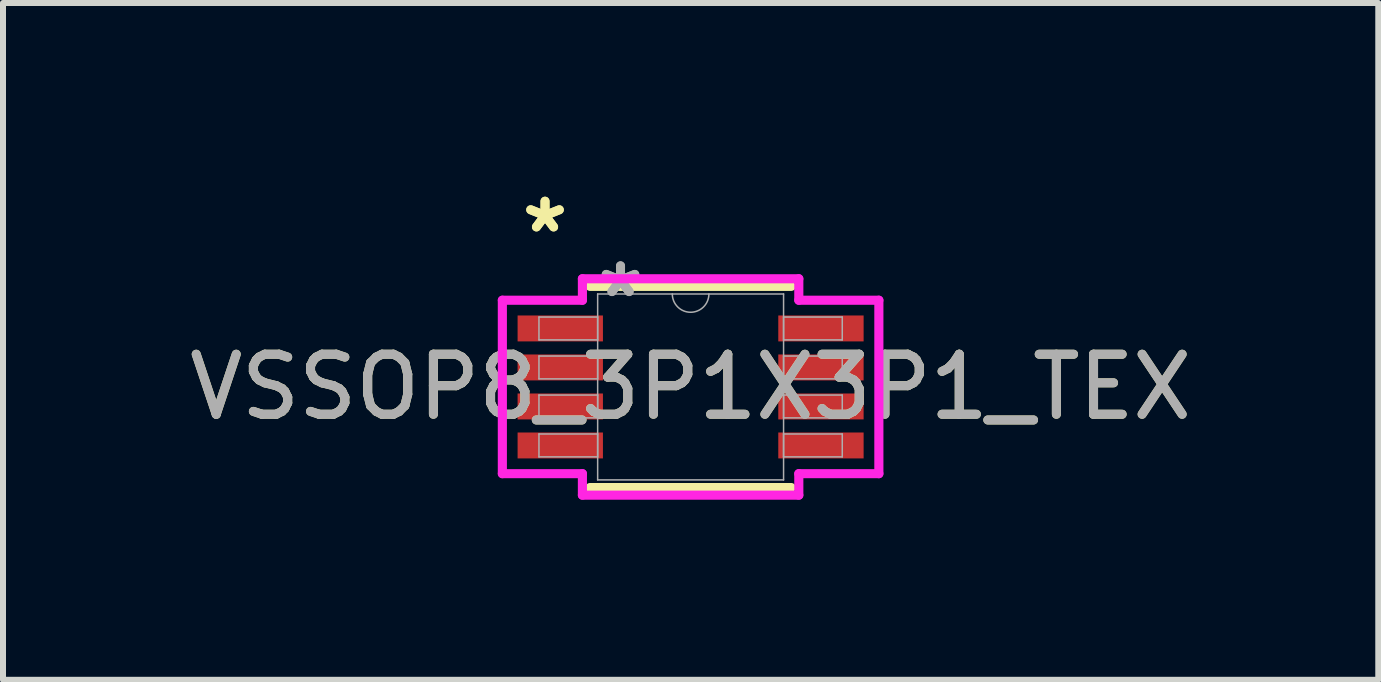
<source format=kicad_pcb>
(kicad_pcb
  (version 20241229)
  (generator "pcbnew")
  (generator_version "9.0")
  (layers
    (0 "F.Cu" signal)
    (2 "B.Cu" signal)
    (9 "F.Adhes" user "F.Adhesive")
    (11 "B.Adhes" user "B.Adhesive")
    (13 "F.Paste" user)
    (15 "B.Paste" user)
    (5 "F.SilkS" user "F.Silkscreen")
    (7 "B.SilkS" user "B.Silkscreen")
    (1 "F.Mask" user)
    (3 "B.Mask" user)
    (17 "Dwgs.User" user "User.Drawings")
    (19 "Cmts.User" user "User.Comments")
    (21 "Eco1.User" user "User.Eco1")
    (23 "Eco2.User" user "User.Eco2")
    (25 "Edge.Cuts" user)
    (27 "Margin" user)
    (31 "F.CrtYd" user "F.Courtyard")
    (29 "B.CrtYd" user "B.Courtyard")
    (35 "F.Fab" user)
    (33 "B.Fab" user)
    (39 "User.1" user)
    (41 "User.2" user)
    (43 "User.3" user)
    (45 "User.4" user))
  (footprint "VSSOP8_3P1X3P1_TEX"
    (layer "F.Cu")
    (at 8.458 3.398)
    (property "Reference" "VSSOP8_3P1X3P1_TEX" (at 0 0 0) (unlocked yes) (layer "F.SilkS") (effects (font (size 1 1) (thickness 0.15))))
    (attr smd)
    (fp_line (start -1.676 1.676) (end 1.676 1.676) (stroke (width 0.152) (type solid)) (layer "F.SilkS"))
    (fp_line (start 1.676 -1.676) (end -1.676 -1.676) (stroke (width 0.152) (type solid)) (layer "F.SilkS"))
    (fp_line (start -3.137 -1.445) (end -1.803 -1.445) (stroke (width 0.152) (type solid)) (layer "F.CrtYd"))
    (fp_line (start -3.137 1.445) (end -3.137 -1.445) (stroke (width 0.152) (type solid)) (layer "F.CrtYd"))
    (fp_line (start -3.137 1.445) (end -1.803 1.445) (stroke (width 0.152) (type solid)) (layer "F.CrtYd"))
    (fp_line (start -1.803 -1.803) (end 1.803 -1.803) (stroke (width 0.152) (type solid)) (layer "F.CrtYd"))
    (fp_line (start -1.803 -1.445) (end -1.803 -1.803) (stroke (width 0.152) (type solid)) (layer "F.CrtYd"))
    (fp_line (start -1.803 1.803) (end -1.803 1.445) (stroke (width 0.152) (type solid)) (layer "F.CrtYd"))
    (fp_line (start 1.803 -1.803) (end 1.803 -1.445) (stroke (width 0.152) (type solid)) (layer "F.CrtYd"))
    (fp_line (start 1.803 1.445) (end 1.803 1.803) (stroke (width 0.152) (type solid)) (layer "F.CrtYd"))
    (fp_line (start 1.803 1.803) (end -1.803 1.803) (stroke (width 0.152) (type solid)) (layer "F.CrtYd"))
    (fp_line (start 3.137 -1.445) (end 1.803 -1.445) (stroke (width 0.152) (type solid)) (layer "F.CrtYd"))
    (fp_line (start 3.137 -1.445) (end 3.137 1.445) (stroke (width 0.152) (type solid)) (layer "F.CrtYd"))
    (fp_line (start 3.137 1.445) (end 1.803 1.445) (stroke (width 0.152) (type solid)) (layer "F.CrtYd"))
    (fp_line (start -2.527 -1.165) (end -2.527 -0.784) (stroke (width 0.025) (type solid)) (layer "F.Fab"))
    (fp_line (start -2.527 -0.784) (end -1.549 -0.784) (stroke (width 0.025) (type solid)) (layer "F.Fab"))
    (fp_line (start -2.527 -0.515) (end -2.527 -0.135) (stroke (width 0.025) (type solid)) (layer "F.Fab"))
    (fp_line (start -2.527 -0.135) (end -1.549 -0.135) (stroke (width 0.025) (type solid)) (layer "F.Fab"))
    (fp_line (start -2.527 0.135) (end -2.527 0.515) (stroke (width 0.025) (type solid)) (layer "F.Fab"))
    (fp_line (start -2.527 0.515) (end -1.549 0.515) (stroke (width 0.025) (type solid)) (layer "F.Fab"))
    (fp_line (start -2.527 0.784) (end -2.527 1.165) (stroke (width 0.025) (type solid)) (layer "F.Fab"))
    (fp_line (start -2.527 1.165) (end -1.549 1.165) (stroke (width 0.025) (type solid)) (layer "F.Fab"))
    (fp_line (start -1.549 -1.549) (end -1.549 1.549) (stroke (width 0.025) (type solid)) (layer "F.Fab"))
    (fp_line (start -1.549 -1.165) (end -2.527 -1.165) (stroke (width 0.025) (type solid)) (layer "F.Fab"))
    (fp_line (start -1.549 -0.784) (end -1.549 -1.165) (stroke (width 0.025) (type solid)) (layer "F.Fab"))
    (fp_line (start -1.549 -0.515) (end -2.527 -0.515) (stroke (width 0.025) (type solid)) (layer "F.Fab"))
    (fp_line (start -1.549 -0.135) (end -1.549 -0.515) (stroke (width 0.025) (type solid)) (layer "F.Fab"))
    (fp_line (start -1.549 0.135) (end -2.527 0.135) (stroke (width 0.025) (type solid)) (layer "F.Fab"))
    (fp_line (start -1.549 0.515) (end -1.549 0.135) (stroke (width 0.025) (type solid)) (layer "F.Fab"))
    (fp_line (start -1.549 0.784) (end -2.527 0.784) (stroke (width 0.025) (type solid)) (layer "F.Fab"))
    (fp_line (start -1.549 1.165) (end -1.549 0.784) (stroke (width 0.025) (type solid)) (layer "F.Fab"))
    (fp_line (start -1.549 1.549) (end 1.549 1.549) (stroke (width 0.025) (type solid)) (layer "F.Fab"))
    (fp_line (start 1.549 -1.549) (end -1.549 -1.549) (stroke (width 0.025) (type solid)) (layer "F.Fab"))
    (fp_line (start 1.549 -1.165) (end 1.549 -0.784) (stroke (width 0.025) (type solid)) (layer "F.Fab"))
    (fp_line (start 1.549 -0.784) (end 2.527 -0.784) (stroke (width 0.025) (type solid)) (layer "F.Fab"))
    (fp_line (start 1.549 -0.515) (end 1.549 -0.135) (stroke (width 0.025) (type solid)) (layer "F.Fab"))
    (fp_line (start 1.549 -0.135) (end 2.527 -0.135) (stroke (width 0.025) (type solid)) (layer "F.Fab"))
    (fp_line (start 1.549 0.135) (end 1.549 0.515) (stroke (width 0.025) (type solid)) (layer "F.Fab"))
    (fp_line (start 1.549 0.515) (end 2.527 0.515) (stroke (width 0.025) (type solid)) (layer "F.Fab"))
    (fp_line (start 1.549 0.784) (end 1.549 1.165) (stroke (width 0.025) (type solid)) (layer "F.Fab"))
    (fp_line (start 1.549 1.165) (end 2.527 1.165) (stroke (width 0.025) (type solid)) (layer "F.Fab"))
    (fp_line (start 1.549 1.549) (end 1.549 -1.549) (stroke (width 0.025) (type solid)) (layer "F.Fab"))
    (fp_line (start 2.527 -1.165) (end 1.549 -1.165) (stroke (width 0.025) (type solid)) (layer "F.Fab"))
    (fp_line (start 2.527 -0.784) (end 2.527 -1.165) (stroke (width 0.025) (type solid)) (layer "F.Fab"))
    (fp_line (start 2.527 -0.515) (end 1.549 -0.515) (stroke (width 0.025) (type solid)) (layer "F.Fab"))
    (fp_line (start 2.527 -0.135) (end 2.527 -0.515) (stroke (width 0.025) (type solid)) (layer "F.Fab"))
    (fp_line (start 2.527 0.135) (end 1.549 0.135) (stroke (width 0.025) (type solid)) (layer "F.Fab"))
    (fp_line (start 2.527 0.515) (end 2.527 0.135) (stroke (width 0.025) (type solid)) (layer "F.Fab"))
    (fp_line (start 2.527 0.784) (end 1.549 0.784) (stroke (width 0.025) (type solid)) (layer "F.Fab"))
    (fp_line (start 2.527 1.165) (end 2.527 0.784) (stroke (width 0.025) (type solid)) (layer "F.Fab"))
    (fp_arc (start 0.3048 -1.5494) (mid 0 -1.2446) (end -0.3048 -1.5494) (stroke (width 0.0254) (type solid)) (layer "F.Fab"))
    (fp_text user "*" (at -2.426 -2.55 0) (unlocked yes) (layer "F.SilkS") (effects (font (size 1 1) (thickness 0.15))))
    (fp_text user "*" (at -2.426 -2.55 0) (layer "F.SilkS") (effects (font (size 1 1) (thickness 0.15))))
    (fp_text user "*" (at -1.168 -1.473 0) (unlocked yes) (layer "F.Fab") (effects (font (size 1 1) (thickness 0.15))))
    (fp_text user "${REFERENCE}" (at 0 0 0) (unlocked yes) (layer "F.Fab") (effects (font (size 1 1) (thickness 0.15))))
    (fp_text user "*" (at -1.168 -1.473 0) (layer "F.Fab") (effects (font (size 1 1) (thickness 0.15))))
    (pad "1" smd rect (at -2.172 -0.975) (size 1.422 0.432) (layers "F.Cu" "F.Mask" "F.Paste"))
    (pad "2" smd rect (at -2.172 -0.325) (size 1.422 0.432) (layers "F.Cu" "F.Mask" "F.Paste"))
    (pad "3" smd rect (at -2.172 0.325) (size 1.422 0.432) (layers "F.Cu" "F.Mask" "F.Paste"))
    (pad "4" smd rect (at -2.172 0.975) (size 1.422 0.432) (layers "F.Cu" "F.Mask" "F.Paste"))
    (pad "5" smd rect (at 2.172 0.975) (size 1.422 0.432) (layers "F.Cu" "F.Mask" "F.Paste"))
    (pad "6" smd rect (at 2.172 0.325) (size 1.422 0.432) (layers "F.Cu" "F.Mask" "F.Paste"))
    (pad "7" smd rect (at 2.172 -0.325) (size 1.422 0.432) (layers "F.Cu" "F.Mask" "F.Paste"))
    (pad "8" smd rect (at 2.172 -0.975) (size 1.422 0.432) (layers "F.Cu" "F.Mask" "F.Paste")))
  (gr_rect
    (start -3 -3)
    (end 19.917 8.278)
    (stroke (width 0.1) (type default))
    (fill no)
    (layer "Edge.Cuts")))
</source>
